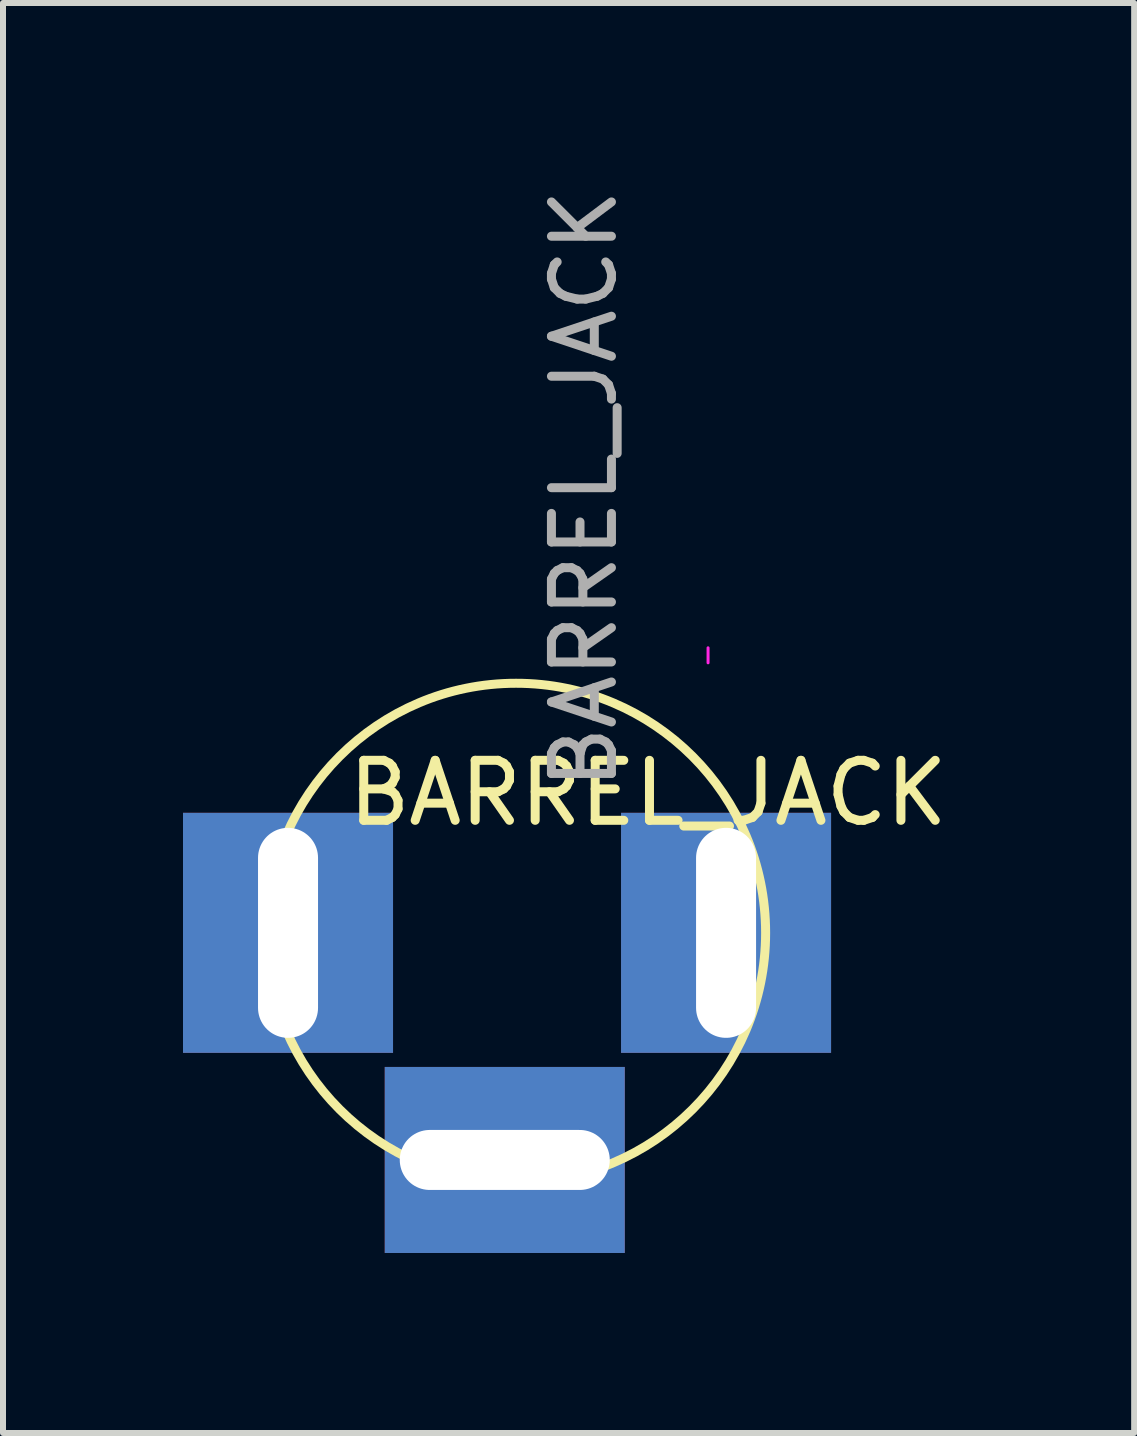
<source format=kicad_pcb>
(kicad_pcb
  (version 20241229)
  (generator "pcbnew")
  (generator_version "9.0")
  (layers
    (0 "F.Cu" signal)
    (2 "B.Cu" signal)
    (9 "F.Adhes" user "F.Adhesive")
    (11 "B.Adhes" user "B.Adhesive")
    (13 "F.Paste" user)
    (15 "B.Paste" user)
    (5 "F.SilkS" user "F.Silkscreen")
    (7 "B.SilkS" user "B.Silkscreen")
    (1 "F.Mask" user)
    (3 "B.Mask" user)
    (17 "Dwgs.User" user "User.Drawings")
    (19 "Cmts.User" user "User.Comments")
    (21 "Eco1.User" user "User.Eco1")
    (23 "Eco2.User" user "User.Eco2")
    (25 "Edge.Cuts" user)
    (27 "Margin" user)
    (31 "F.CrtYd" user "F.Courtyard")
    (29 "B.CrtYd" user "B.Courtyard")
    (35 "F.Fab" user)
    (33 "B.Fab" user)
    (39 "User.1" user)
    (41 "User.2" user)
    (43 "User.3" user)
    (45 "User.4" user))
  (footprint "BARREL_JACK"
    (layer "F.Cu")
    (at 7.75 12.496)
    (property "Reference" "BARREL_JACK" (at 0 -2.33 0) (layer "F.SilkS") (effects (font (size 1 1) (thickness 0.15))))
    (attr through_hole)
    (fp_circle (center -2.2 0) (end -0.3 3.7) (stroke (width 0.15) (type solid)) (fill no) (layer "F.SilkS"))
    (fp_line (start 1 -4.5) (end 1 -4.75) (stroke (width 0.05) (type solid)) (layer "F.CrtYd"))
    (fp_text user "${REFERENCE}" (at -1.065 -7.395 90) (layer "F.Fab") (effects (font (size 1 1) (thickness 0.15))))
    (pad "1" thru_hole rect (at -6 0) (size 3.5 4) (drill oval 1 3.5) (layers "*.Cu" "*.Mask"))
    (pad "2" thru_hole rect (at -2.388 3.785) (size 4 3.1) (drill oval 3.5 1) (layers "*.Cu" "*.Mask"))
    (pad "3" thru_hole rect (at 1.3 0) (size 3.5 4) (drill oval 1 3.5) (layers "*.Cu" "*.Mask")))
  (gr_rect
    (start -3 -3)
    (end 15.851 20.831)
    (stroke (width 0.1) (type default))
    (fill no)
    (layer "Edge.Cuts")))
</source>
